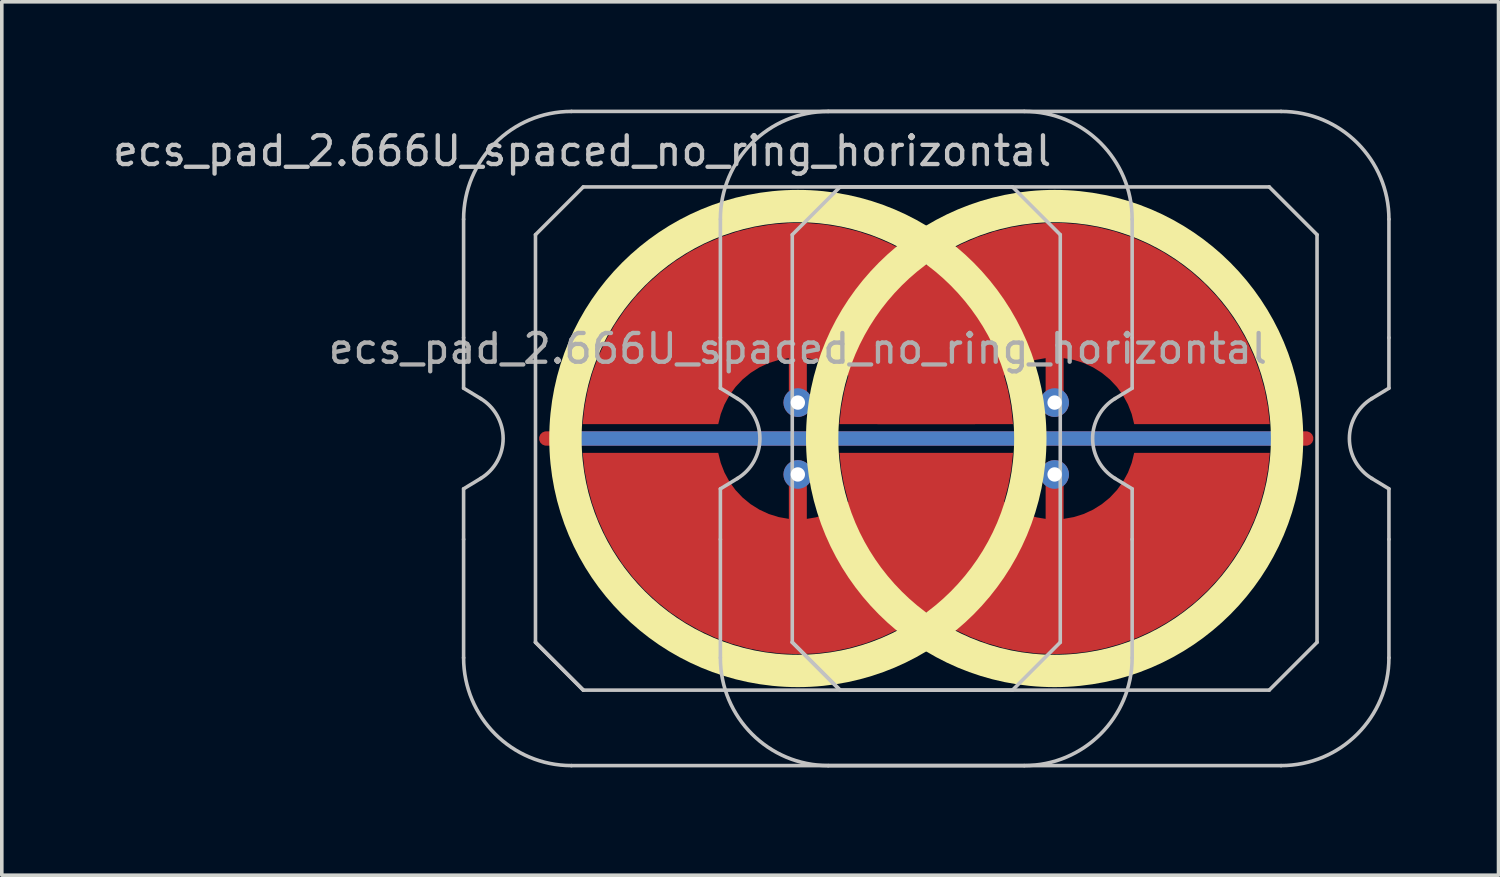
<source format=kicad_pcb>
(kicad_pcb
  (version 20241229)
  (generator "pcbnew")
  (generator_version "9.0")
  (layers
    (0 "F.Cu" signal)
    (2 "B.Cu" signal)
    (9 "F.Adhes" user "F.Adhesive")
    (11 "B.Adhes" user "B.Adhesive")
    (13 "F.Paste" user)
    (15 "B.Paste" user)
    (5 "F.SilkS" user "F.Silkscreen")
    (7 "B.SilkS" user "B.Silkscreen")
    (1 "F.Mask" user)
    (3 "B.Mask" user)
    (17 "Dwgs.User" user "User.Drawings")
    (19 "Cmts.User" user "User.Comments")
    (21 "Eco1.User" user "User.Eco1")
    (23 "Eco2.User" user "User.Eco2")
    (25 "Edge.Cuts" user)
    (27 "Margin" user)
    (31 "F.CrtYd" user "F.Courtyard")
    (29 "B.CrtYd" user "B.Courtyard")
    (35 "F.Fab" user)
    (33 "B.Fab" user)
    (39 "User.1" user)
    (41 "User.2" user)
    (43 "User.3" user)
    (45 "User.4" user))
  (footprint "ecs_pad_2.666U_spaced_no_ring_horizontal"
    (layer "F.Cu")
    (at 26.291 9.15)
    (property "Reference" "ecs_pad_2.666U_spaced_no_ring_horizontal" (at -13.143 -8 0) (layer "Dwgs.User") (effects (font (size 0.8 0.8) (thickness 0.12))))
    (attr smd)
    (fp_circle (center -7.143 0) (end -0.676 0) (stroke (width 0.9) (type solid)) (fill no) (layer "F.SilkS"))
    (fp_circle (center 0 0) (end 6.467 0) (stroke (width 0.9) (type solid)) (fill no) (layer "F.SilkS"))
    (fp_line (start -16.443 -2.805) (end -16.443 -6.1) (stroke (width 0.1) (type solid)) (layer "Dwgs.User"))
    (fp_line (start -16.443 -1.4) (end -16.443 -2.805) (stroke (width 0.1) (type solid)) (layer "Dwgs.User"))
    (fp_line (start -16.443 1.4) (end -15.967 1.111) (stroke (width 0.1) (type solid)) (layer "Dwgs.User"))
    (fp_line (start -16.443 2.805) (end -16.443 1.4) (stroke (width 0.1) (type solid)) (layer "Dwgs.User"))
    (fp_line (start -16.443 6.1) (end -16.443 2.805) (stroke (width 0.1) (type solid)) (layer "Dwgs.User"))
    (fp_line (start -15.967 -1.111) (end -16.443 -1.4) (stroke (width 0.1) (type solid)) (layer "Dwgs.User"))
    (fp_line (start -14.443 -5.67) (end -13.113 -7) (stroke (width 0.1) (type solid)) (layer "Dwgs.User"))
    (fp_line (start -14.443 5.67) (end -14.443 -5.67) (stroke (width 0.1) (type solid)) (layer "Dwgs.User"))
    (fp_line (start -14.443 5.67) (end -13.113 7) (stroke (width 0.1) (type solid)) (layer "Dwgs.User"))
    (fp_line (start -13.443 -9.1) (end -0.843 -9.1) (stroke (width 0.1) (type solid)) (layer "Dwgs.User"))
    (fp_line (start -13.113 -7) (end -1.173 -7) (stroke (width 0.1) (type solid)) (layer "Dwgs.User"))
    (fp_line (start -13.113 7) (end -14.443 5.67) (stroke (width 0.1) (type solid)) (layer "Dwgs.User"))
    (fp_line (start -9.299 -2.805) (end -9.299 -6.1) (stroke (width 0.1) (type solid)) (layer "Dwgs.User"))
    (fp_line (start -9.299 -1.4) (end -9.299 -2.805) (stroke (width 0.1) (type solid)) (layer "Dwgs.User"))
    (fp_line (start -9.299 1.4) (end -8.824 1.111) (stroke (width 0.1) (type solid)) (layer "Dwgs.User"))
    (fp_line (start -9.299 2.805) (end -9.299 1.4) (stroke (width 0.1) (type solid)) (layer "Dwgs.User"))
    (fp_line (start -9.299 6.1) (end -9.299 2.805) (stroke (width 0.1) (type solid)) (layer "Dwgs.User"))
    (fp_line (start -8.824 -1.111) (end -9.299 -1.4) (stroke (width 0.1) (type solid)) (layer "Dwgs.User"))
    (fp_line (start -7.299 -5.67) (end -5.969 -7) (stroke (width 0.1) (type solid)) (layer "Dwgs.User"))
    (fp_line (start -7.299 5.67) (end -7.299 -5.67) (stroke (width 0.1) (type solid)) (layer "Dwgs.User"))
    (fp_line (start -7.299 5.67) (end -5.969 7) (stroke (width 0.1) (type solid)) (layer "Dwgs.User"))
    (fp_line (start -6.299 -9.1) (end 6.301 -9.1) (stroke (width 0.1) (type solid)) (layer "Dwgs.User"))
    (fp_line (start -5.969 -7) (end 5.971 -7) (stroke (width 0.1) (type solid)) (layer "Dwgs.User"))
    (fp_line (start -5.969 7) (end -7.299 5.67) (stroke (width 0.1) (type solid)) (layer "Dwgs.User"))
    (fp_line (start -1.173 -7) (end 0.157 -5.67) (stroke (width 0.1) (type solid)) (layer "Dwgs.User"))
    (fp_line (start -1.173 7) (end -13.113 7) (stroke (width 0.1) (type solid)) (layer "Dwgs.User"))
    (fp_line (start -0.843 9.1) (end -13.443 9.1) (stroke (width 0.1) (type solid)) (layer "Dwgs.User"))
    (fp_line (start 0.157 -5.67) (end 0.157 5.67) (stroke (width 0.1) (type solid)) (layer "Dwgs.User"))
    (fp_line (start 0.157 5.67) (end -1.173 7) (stroke (width 0.1) (type solid)) (layer "Dwgs.User"))
    (fp_line (start 1.681 1.111) (end 2.157 1.4) (stroke (width 0.1) (type solid)) (layer "Dwgs.User"))
    (fp_line (start 2.157 -6.1) (end 2.157 -2.805) (stroke (width 0.1) (type solid)) (layer "Dwgs.User"))
    (fp_line (start 2.157 -2.805) (end 2.157 -1.4) (stroke (width 0.1) (type solid)) (layer "Dwgs.User"))
    (fp_line (start 2.157 -1.4) (end 1.681 -1.111) (stroke (width 0.1) (type solid)) (layer "Dwgs.User"))
    (fp_line (start 2.157 1.4) (end 2.157 2.805) (stroke (width 0.1) (type solid)) (layer "Dwgs.User"))
    (fp_line (start 2.157 2.805) (end 2.157 6.1) (stroke (width 0.1) (type solid)) (layer "Dwgs.User"))
    (fp_line (start 5.971 -7) (end 7.301 -5.67) (stroke (width 0.1) (type solid)) (layer "Dwgs.User"))
    (fp_line (start 5.971 7) (end -5.969 7) (stroke (width 0.1) (type solid)) (layer "Dwgs.User"))
    (fp_line (start 6.301 9.1) (end -6.299 9.1) (stroke (width 0.1) (type solid)) (layer "Dwgs.User"))
    (fp_line (start 7.301 -5.67) (end 7.301 5.67) (stroke (width 0.1) (type solid)) (layer "Dwgs.User"))
    (fp_line (start 7.301 5.67) (end 5.971 7) (stroke (width 0.1) (type solid)) (layer "Dwgs.User"))
    (fp_line (start 8.825 1.111) (end 9.301 1.4) (stroke (width 0.1) (type solid)) (layer "Dwgs.User"))
    (fp_line (start 9.301 -6.1) (end 9.301 -2.805) (stroke (width 0.1) (type solid)) (layer "Dwgs.User"))
    (fp_line (start 9.301 -2.805) (end 9.301 -1.4) (stroke (width 0.1) (type solid)) (layer "Dwgs.User"))
    (fp_line (start 9.301 -1.4) (end 8.825 -1.111) (stroke (width 0.1) (type solid)) (layer "Dwgs.User"))
    (fp_line (start 9.301 1.4) (end 9.301 2.805) (stroke (width 0.1) (type solid)) (layer "Dwgs.User"))
    (fp_line (start 9.301 2.805) (end 9.301 6.1) (stroke (width 0.1) (type solid)) (layer "Dwgs.User"))
    (fp_arc (start -16.442954 -6.1) (mid -15.564274 -8.22132) (end -13.442954 -9.1) (stroke (width 0.1) (type solid)) (layer "Dwgs.User"))
    (fp_arc (start -15.967287 -1.110619) (mid -15.342954 0) (end -15.967287 1.110619) (stroke (width 0.1) (type solid)) (layer "Dwgs.User"))
    (fp_arc (start -13.442954 9.1) (mid -15.564274 8.22132) (end -16.442954 6.1) (stroke (width 0.1) (type solid)) (layer "Dwgs.User"))
    (fp_arc (start -9.299204 -6.1) (mid -8.420524 -8.22132) (end -6.299204 -9.1) (stroke (width 0.1) (type solid)) (layer "Dwgs.User"))
    (fp_arc (start -8.823537 -1.110619) (mid -8.199204 0) (end -8.823537 1.110619) (stroke (width 0.1) (type solid)) (layer "Dwgs.User"))
    (fp_arc (start -6.299204 9.1) (mid -8.420524 8.22132) (end -9.299204 6.1) (stroke (width 0.1) (type solid)) (layer "Dwgs.User"))
    (fp_arc (start -0.842954 -9.1) (mid 1.278366 -8.22132) (end 2.157046 -6.1) (stroke (width 0.1) (type solid)) (layer "Dwgs.User"))
    (fp_arc (start 1.681379 1.110619) (mid 1.057046 0) (end 1.681379 -1.110619) (stroke (width 0.1) (type solid)) (layer "Dwgs.User"))
    (fp_arc (start 2.157046 6.1) (mid 1.278366 8.22132) (end -0.842954 9.1) (stroke (width 0.1) (type solid)) (layer "Dwgs.User"))
    (fp_arc (start 6.300796 -9.1) (mid 8.422116 -8.22132) (end 9.300796 -6.1) (stroke (width 0.1) (type solid)) (layer "Dwgs.User"))
    (fp_arc (start 8.825129 1.110619) (mid 8.200796 0) (end 8.825129 -1.110619) (stroke (width 0.1) (type solid)) (layer "Dwgs.User"))
    (fp_arc (start 9.300796 6.1) (mid 8.422116 8.22132) (end 6.300796 9.1) (stroke (width 0.1) (type solid)) (layer "Dwgs.User"))
    (fp_text user "${REFERENCE}" (at -7.143 -2.5 0) (layer "F.Fab") (effects (font (size 0.8 0.8) (thickness 0.12))))
    (pad "1" smd custom (at -7.144 -1 270) (size 0.4 0.4) (layers "F.Cu") (options (anchor circle)) (primitives (gr_poly (pts (xy 0.6 -2.214) (xy 0.32 -2.145) (xy 0.052 -2.041) (xy -0.201 -1.903) (xy -0.434 -1.734) (xy -0.644 -1.536) (xy -0.826 -1.314) (xy -0.979 -1.07) (xy -1.1 -0.808) (xy -1.186 -0.534) (xy -1.236 -0.25) (xy 0 -0.25) (xy 0.096 -0.231) (xy 0.177 -0.177) (xy 0.231 -0.096) (xy 0.25 0) (xy 0.231 0.096) (xy 0.177 0.177) (xy 0.096 0.231) (xy 0 0.25) (xy -1.236 0.25) (xy -1.186 0.534) (xy -1.1 0.808) (xy -0.979 1.07) (xy -0.826 1.314) (xy -0.644 1.536) (xy -0.434 1.734) (xy -0.201 1.903) (xy 0.052 2.041) (xy 0.32 2.145) (xy 0.6 2.214) (xy 0.6 5.987) (xy 0.115 5.934) (xy -0.364 5.843) (xy -0.834 5.713) (xy -1.292 5.545) (xy -1.735 5.341) (xy -2.159 5.101) (xy -2.563 4.827) (xy -2.943 4.522) (xy -3.298 4.187) (xy -3.623 3.824) (xy -3.919 3.436) (xy -4.182 3.025) (xy -4.41 2.594) (xy -4.603 2.147) (xy -4.759 1.684) (xy -4.876 1.211) (xy -4.955 0.73) (xy -4.995 0.244) (xy -4.995 -0.244) (xy -4.955 -0.73) (xy -4.876 -1.211) (xy -4.759 -1.684) (xy -4.603 -2.147) (xy -4.41 -2.594) (xy -4.182 -3.025) (xy -3.919 -3.436) (xy -3.623 -3.824) (xy -3.298 -4.187) (xy -2.943 -4.522) (xy -2.563 -4.827) (xy -2.159 -5.101) (xy -1.735 -5.341) (xy -1.292 -5.545) (xy -0.834 -5.713) (xy -0.364 -5.843) (xy 0.115 -5.934) (xy 0.6 -5.987)) (width 0) (fill yes))))
    (pad "1" thru_hole circle (at -7.144 -1 270) (size 0.8 0.8) (drill 0.4) (layers "*.Cu"))
    (pad "1" smd custom (at 0 -1 270) (size 0.4 0.4) (layers "F.Cu") (options (anchor circle)) (primitives (gr_poly (pts (xy 0.6 -2.214) (xy 0.32 -2.145) (xy 0.052 -2.041) (xy -0.201 -1.903) (xy -0.434 -1.734) (xy -0.644 -1.536) (xy -0.826 -1.314) (xy -0.979 -1.07) (xy -1.1 -0.808) (xy -1.186 -0.534) (xy -1.236 -0.25) (xy 0 -0.25) (xy 0.096 -0.231) (xy 0.177 -0.177) (xy 0.231 -0.096) (xy 0.25 0) (xy 0.231 0.096) (xy 0.177 0.177) (xy 0.096 0.231) (xy 0 0.25) (xy -1.236 0.25) (xy -1.186 0.534) (xy -1.1 0.808) (xy -0.979 1.07) (xy -0.826 1.314) (xy -0.644 1.536) (xy -0.434 1.734) (xy -0.201 1.903) (xy 0.052 2.041) (xy 0.32 2.145) (xy 0.6 2.214) (xy 0.6 5.987) (xy 0.115 5.934) (xy -0.364 5.843) (xy -0.834 5.713) (xy -1.292 5.545) (xy -1.735 5.341) (xy -2.159 5.101) (xy -2.563 4.827) (xy -2.943 4.522) (xy -3.298 4.187) (xy -3.623 3.824) (xy -3.919 3.436) (xy -4.182 3.025) (xy -4.41 2.594) (xy -4.603 2.147) (xy -4.759 1.684) (xy -4.876 1.211) (xy -4.955 0.73) (xy -4.995 0.244) (xy -4.995 -0.244) (xy -4.955 -0.73) (xy -4.876 -1.211) (xy -4.759 -1.684) (xy -4.603 -2.147) (xy -4.41 -2.594) (xy -4.182 -3.025) (xy -3.919 -3.436) (xy -3.623 -3.824) (xy -3.298 -4.187) (xy -2.943 -4.522) (xy -2.563 -4.827) (xy -2.159 -5.101) (xy -1.735 -5.341) (xy -1.292 -5.545) (xy -0.834 -5.713) (xy -0.364 -5.843) (xy 0.115 -5.934) (xy 0.6 -5.987)) (width 0) (fill yes))))
    (pad "1" thru_hole circle (at 0 -1 270) (size 0.8 0.8) (drill 0.4) (layers "*.Cu"))
    (pad "2" thru_hole circle (at -7.144 1 270) (size 0.8 0.8) (drill 0.4) (layers "*.Cu"))
    (pad "2" smd custom (at 0 1) (size 0.207 0.207) (layers "F.Cu" "F.Mask") (options (anchor circle)) (primitives (gr_poly (pts (xy -0.177 -0.177) (xy -0.096 -0.231) (xy 0 -0.25) (xy 0.096 -0.231) (xy 0.177 -0.177) (xy 0.231 -0.096) (xy 0.25 0) (xy 0.25 1.236) (xy 0.534 1.186) (xy 0.808 1.1) (xy 1.07 0.979) (xy 1.314 0.826) (xy 1.537 0.644) (xy 1.734 0.434) (xy 1.903 0.201) (xy 2.041 -0.052) (xy 2.145 -0.321) (xy 2.214 -0.6) (xy 5.987 -0.6) (xy 5.936 -0.127) (xy 5.848 0.341) (xy 5.724 0.8) (xy 5.563 1.248) (xy 5.367 1.682) (xy 5.138 2.098) (xy 4.876 2.496) (xy 4.584 2.871) (xy 4.263 3.222) (xy 3.915 3.547) (xy 3.542 3.843) (xy 3.147 4.108) (xy 2.733 4.342) (xy 2.301 4.541) (xy 1.855 4.706) (xy 1.397 4.835) (xy 0.93 4.928) (xy 0.457 4.983) (xy -0.018 5) (xy -0.494 4.98) (xy -0.966 4.922) (xy -1.432 4.827) (xy -1.889 4.695) (xy -2.335 4.527) (xy -2.765 4.325) (xy -3.179 4.089) (xy -3.572 3.821) (xy -3.965 4.089) (xy -4.378 4.325) (xy -4.809 4.527) (xy -5.254 4.695) (xy -5.712 4.827) (xy -6.178 4.922) (xy -6.65 4.98) (xy -7.125 5) (xy -7.601 4.983) (xy -8.074 4.928) (xy -8.54 4.835) (xy -8.998 4.706) (xy -9.445 4.541) (xy -9.876 4.342) (xy -10.291 4.108) (xy -10.686 3.843) (xy -11.059 3.547) (xy -11.407 3.222) (xy -11.728 2.871) (xy -12.02 2.496) (xy -12.282 2.098) (xy -12.511 1.682) (xy -12.707 1.248) (xy -12.867 0.8) (xy -12.992 0.341) (xy -13.08 -0.127) (xy -13.13 -0.6) (xy -9.358 -0.6) (xy -9.289 -0.321) (xy -9.184 -0.052) (xy -9.047 0.201) (xy -8.878 0.434) (xy -8.68 0.644) (xy -8.458 0.826) (xy -8.214 0.979) (xy -7.952 1.1) (xy -7.677 1.186) (xy -7.394 1.236) (xy -7.394 0) (xy -7.375 -0.096) (xy -7.321 -0.177) (xy -7.239 -0.231) (xy -7.144 -0.25) (xy -7.048 -0.231) (xy -6.967 -0.177) (xy -6.913 -0.096) (xy -6.894 0) (xy -6.894 1.236) (xy -6.644 1.194) (xy -6.4 1.123) (xy -6.166 1.026) (xy -5.944 0.903) (xy -5.737 0.756) (xy -5.855 0.311) (xy -5.938 -0.142) (xy -5.987 -0.6) (xy -1.157 -0.6) (xy -1.205 -0.142) (xy -1.289 0.311) (xy -1.406 0.756) (xy -1.2 0.903) (xy -0.978 1.026) (xy -0.744 1.123) (xy -0.5 1.194) (xy -0.25 1.236) (xy -0.25 0) (xy -0.231 -0.096)) (width 0) (fill yes))))
    (pad "2" thru_hole circle (at 0 1 270) (size 0.8 0.8) (drill 0.4) (layers "*.Cu"))
    (pad "3" smd custom (at 0 0 90) (size 0.4 0.4) (layers "F.Cu") (options (anchor rect)) (primitives (gr_line (start 0 -14.144) (end 0 7) (width 0.4))))
    (pad "3" smd custom (at 0 0 90) (size 0.4 0.4) (layers "B.Cu") (options (anchor rect)) (primitives (gr_line (start 0 -13.644) (end 0 6.5) (width 0.4))))
    (zone (net_name "") (layer "F.Cu") (hatch edge 0.508) (connect_pads) (min_thickness 0.254) (filled_areas_thickness no) (keepout (tracks allowed) (vias allowed) (pads allowed) (copperpour not_allowed) (footprints allowed)) (placement (enabled no)) (fill) (polygon (pts (xy 26.153 9.15) (xy 26.134 8.637) (xy 26.077 8.127) (xy 25.984 7.622) (xy 25.854 7.125) (xy 25.687 6.64) (xy 25.486 6.167) (xy 25.25 5.711) (xy 24.982 5.274) (xy 24.683 4.857) (xy 24.353 4.463) (xy 23.996 4.094) (xy 23.613 3.753) (xy 23.205 3.44) (xy 22.776 3.158) (xy 22.328 2.909) (xy 21.862 2.692) (xy 21.382 2.511) (xy 20.89 2.365) (xy 20.388 2.256) (xy 19.88 2.183) (xy 19.368 2.149) (xy 18.854 2.151) (xy 18.342 2.192) (xy 17.835 2.269) (xy 17.335 2.384) (xy 16.844 2.535) (xy 16.366 2.721) (xy 15.902 2.942) (xy 15.456 3.197) (xy 15.03 3.483) (xy 14.626 3.8) (xy 14.247 4.145) (xy 13.893 4.518) (xy 13.568 4.915) (xy 13.273 5.335) (xy 13.009 5.775) (xy 12.779 6.234) (xy 12.582 6.708) (xy 12.421 7.196) (xy 12.296 7.694) (xy 12.208 8.199) (xy 12.157 8.71) (xy 12.143 9.223) (xy 12.167 9.736) (xy 12.229 10.246) (xy 12.328 10.75) (xy 12.463 11.245) (xy 12.635 11.729) (xy 12.841 12.199) (xy 13.081 12.652) (xy 13.354 13.087) (xy 13.658 13.501) (xy 13.991 13.891) (xy 14.352 14.256) (xy 14.739 14.594) (xy 15.15 14.902) (xy 15.582 15.179) (xy 16.033 15.424) (xy 16.501 15.636) (xy 16.983 15.812) (xy 17.477 15.953) (xy 17.979 16.057) (xy 18.488 16.124) (xy 19.001 16.153) (xy 19.514 16.145) (xy 20.026 16.1) (xy 20.532 16.017) (xy 21.031 15.897) (xy 21.52 15.741) (xy 21.997 15.549) (xy 22.458 15.323) (xy 22.901 15.064) (xy 23.324 14.774) (xy 23.725 14.453) (xy 24.101 14.103) (xy 24.45 13.727) (xy 24.771 13.326) (xy 25.062 12.903) (xy 25.321 12.46) (xy 25.547 11.999) (xy 25.738 11.523) (xy 25.894 11.034) (xy 26.014 10.535) (xy 26.097 10.028) (xy 26.143 9.517))))
    (zone (net_name "") (layer "F.Cu") (hatch edge 0.508) (connect_pads) (min_thickness 0.254) (filled_areas_thickness no) (keepout (tracks allowed) (vias allowed) (pads allowed) (copperpour not_allowed) (footprints allowed)) (placement (enabled no)) (fill) (polygon (pts (xy 33.295 9.15) (xy 33.277 8.637) (xy 33.22 8.127) (xy 33.127 7.622) (xy 32.997 7.125) (xy 32.83 6.64) (xy 32.629 6.167) (xy 32.393 5.711) (xy 32.125 5.274) (xy 31.826 4.857) (xy 31.496 4.463) (xy 31.139 4.094) (xy 30.756 3.753) (xy 30.348 3.44) (xy 29.919 3.158) (xy 29.471 2.909) (xy 29.005 2.692) (xy 28.525 2.511) (xy 28.033 2.365) (xy 27.531 2.256) (xy 27.023 2.183) (xy 26.511 2.149) (xy 25.997 2.151) (xy 25.485 2.192) (xy 24.978 2.269) (xy 24.478 2.384) (xy 23.987 2.535) (xy 23.509 2.721) (xy 23.045 2.942) (xy 22.599 3.197) (xy 22.173 3.483) (xy 21.769 3.8) (xy 21.39 4.145) (xy 21.036 4.518) (xy 20.711 4.915) (xy 20.416 5.335) (xy 20.152 5.775) (xy 19.921 6.234) (xy 19.725 6.708) (xy 19.564 7.196) (xy 19.439 7.694) (xy 19.35 8.199) (xy 19.299 8.71) (xy 19.286 9.223) (xy 19.31 9.736) (xy 19.372 10.246) (xy 19.471 10.75) (xy 19.606 11.245) (xy 19.778 11.729) (xy 19.984 12.199) (xy 20.224 12.652) (xy 20.497 13.087) (xy 20.801 13.501) (xy 21.134 13.891) (xy 21.495 14.256) (xy 21.882 14.594) (xy 22.293 14.902) (xy 22.725 15.179) (xy 23.176 15.424) (xy 23.644 15.636) (xy 24.126 15.812) (xy 24.62 15.953) (xy 25.122 16.057) (xy 25.631 16.124) (xy 26.144 16.153) (xy 26.657 16.145) (xy 27.169 16.1) (xy 27.675 16.017) (xy 28.174 15.897) (xy 28.663 15.741) (xy 29.14 15.549) (xy 29.601 15.323) (xy 30.044 15.064) (xy 30.467 14.774) (xy 30.868 14.453) (xy 31.244 14.103) (xy 31.593 13.727) (xy 31.914 13.326) (xy 32.205 12.903) (xy 32.464 12.46) (xy 32.69 11.999) (xy 32.881 11.523) (xy 33.037 11.034) (xy 33.157 10.535) (xy 33.24 10.028) (xy 33.286 9.517))))
    (zone (net_name "") (layer "B.Cu") (hatch edge 0.508) (connect_pads) (min_thickness 0.254) (filled_areas_thickness no) (keepout (tracks allowed) (vias allowed) (pads allowed) (copperpour not_allowed) (footprints allowed)) (placement (enabled no)) (fill) (polygon (pts (xy 25.706 9.15) (xy 25.686 8.635) (xy 25.625 8.124) (xy 25.525 7.619) (xy 25.385 7.123) (xy 25.207 6.64) (xy 24.991 6.173) (xy 24.739 5.723) (xy 24.453 5.295) (xy 24.135 4.891) (xy 23.785 4.513) (xy 23.407 4.163) (xy 23.002 3.844) (xy 22.574 3.558) (xy 22.125 3.307) (xy 21.657 3.091) (xy 21.174 2.913) (xy 20.679 2.773) (xy 20.174 2.672) (xy 19.662 2.612) (xy 19.148 2.592) (xy 18.633 2.612) (xy 18.122 2.672) (xy 17.617 2.773) (xy 17.121 2.913) (xy 16.638 3.091) (xy 16.17 3.307) (xy 15.721 3.558) (xy 15.293 3.844) (xy 14.888 4.163) (xy 14.51 4.513) (xy 14.161 4.891) (xy 13.842 5.295) (xy 13.556 5.723) (xy 13.304 6.173) (xy 13.089 6.64) (xy 12.91 7.123) (xy 12.771 7.619) (xy 12.67 8.124) (xy 12.61 8.635) (xy 12.589 9.15) (xy 12.61 9.665) (xy 12.67 10.176) (xy 12.771 10.681) (xy 12.91 11.177) (xy 13.089 11.66) (xy 13.304 12.127) (xy 13.556 12.577) (xy 13.842 13.005) (xy 14.161 13.409) (xy 14.51 13.787) (xy 14.888 14.137) (xy 15.293 14.456) (xy 15.721 14.742) (xy 16.17 14.993) (xy 16.638 15.209) (xy 17.121 15.387) (xy 17.617 15.527) (xy 18.122 15.628) (xy 18.633 15.688) (xy 19.148 15.708) (xy 19.662 15.688) (xy 20.174 15.628) (xy 20.679 15.527) (xy 21.174 15.387) (xy 21.657 15.209) (xy 22.125 14.993) (xy 22.574 14.742) (xy 23.002 14.456) (xy 23.407 14.137) (xy 23.785 13.787) (xy 24.135 13.409) (xy 24.453 13.005) (xy 24.739 12.577) (xy 24.991 12.127) (xy 25.207 11.66) (xy 25.385 11.177) (xy 25.525 10.681) (xy 25.625 10.176) (xy 25.686 9.665))))
    (zone (net_name "") (layer "B.Cu") (hatch edge 0.508) (connect_pads) (min_thickness 0.254) (filled_areas_thickness no) (keepout (tracks allowed) (vias allowed) (pads allowed) (copperpour not_allowed) (footprints allowed)) (placement (enabled no)) (fill) (polygon (pts (xy 32.849 9.15) (xy 32.829 8.635) (xy 32.768 8.124) (xy 32.668 7.619) (xy 32.528 7.123) (xy 32.35 6.64) (xy 32.134 6.173) (xy 31.882 5.723) (xy 31.596 5.295) (xy 31.278 4.891) (xy 30.928 4.513) (xy 30.55 4.163) (xy 30.145 3.844) (xy 29.717 3.558) (xy 29.268 3.307) (xy 28.8 3.091) (xy 28.317 2.913) (xy 27.822 2.773) (xy 27.317 2.672) (xy 26.805 2.612) (xy 26.291 2.592) (xy 25.776 2.612) (xy 25.265 2.672) (xy 24.76 2.773) (xy 24.264 2.913) (xy 23.781 3.091) (xy 23.313 3.307) (xy 22.864 3.558) (xy 22.436 3.844) (xy 22.031 4.163) (xy 21.653 4.513) (xy 21.304 4.891) (xy 20.985 5.295) (xy 20.699 5.723) (xy 20.447 6.173) (xy 20.232 6.64) (xy 20.053 7.123) (xy 19.914 7.619) (xy 19.813 8.124) (xy 19.753 8.635) (xy 19.732 9.15) (xy 19.753 9.665) (xy 19.813 10.176) (xy 19.914 10.681) (xy 20.053 11.177) (xy 20.232 11.66) (xy 20.447 12.127) (xy 20.699 12.577) (xy 20.985 13.005) (xy 21.304 13.409) (xy 21.653 13.787) (xy 22.031 14.137) (xy 22.436 14.456) (xy 22.864 14.742) (xy 23.313 14.993) (xy 23.781 15.209) (xy 24.264 15.387) (xy 24.76 15.527) (xy 25.265 15.628) (xy 25.776 15.688) (xy 26.291 15.708) (xy 26.805 15.688) (xy 27.317 15.628) (xy 27.822 15.527) (xy 28.317 15.387) (xy 28.8 15.209) (xy 29.268 14.993) (xy 29.717 14.742) (xy 30.145 14.456) (xy 30.55 14.137) (xy 30.928 13.787) (xy 31.278 13.409) (xy 31.596 13.005) (xy 31.882 12.577) (xy 32.134 12.127) (xy 32.35 11.66) (xy 32.528 11.177) (xy 32.668 10.681) (xy 32.768 10.176) (xy 32.829 9.665)))))
  (gr_rect
    (start -3 -3)
    (end 38.641 21.3)
    (stroke (width 0.1) (type default))
    (fill no)
    (layer "Edge.Cuts")))
</source>
